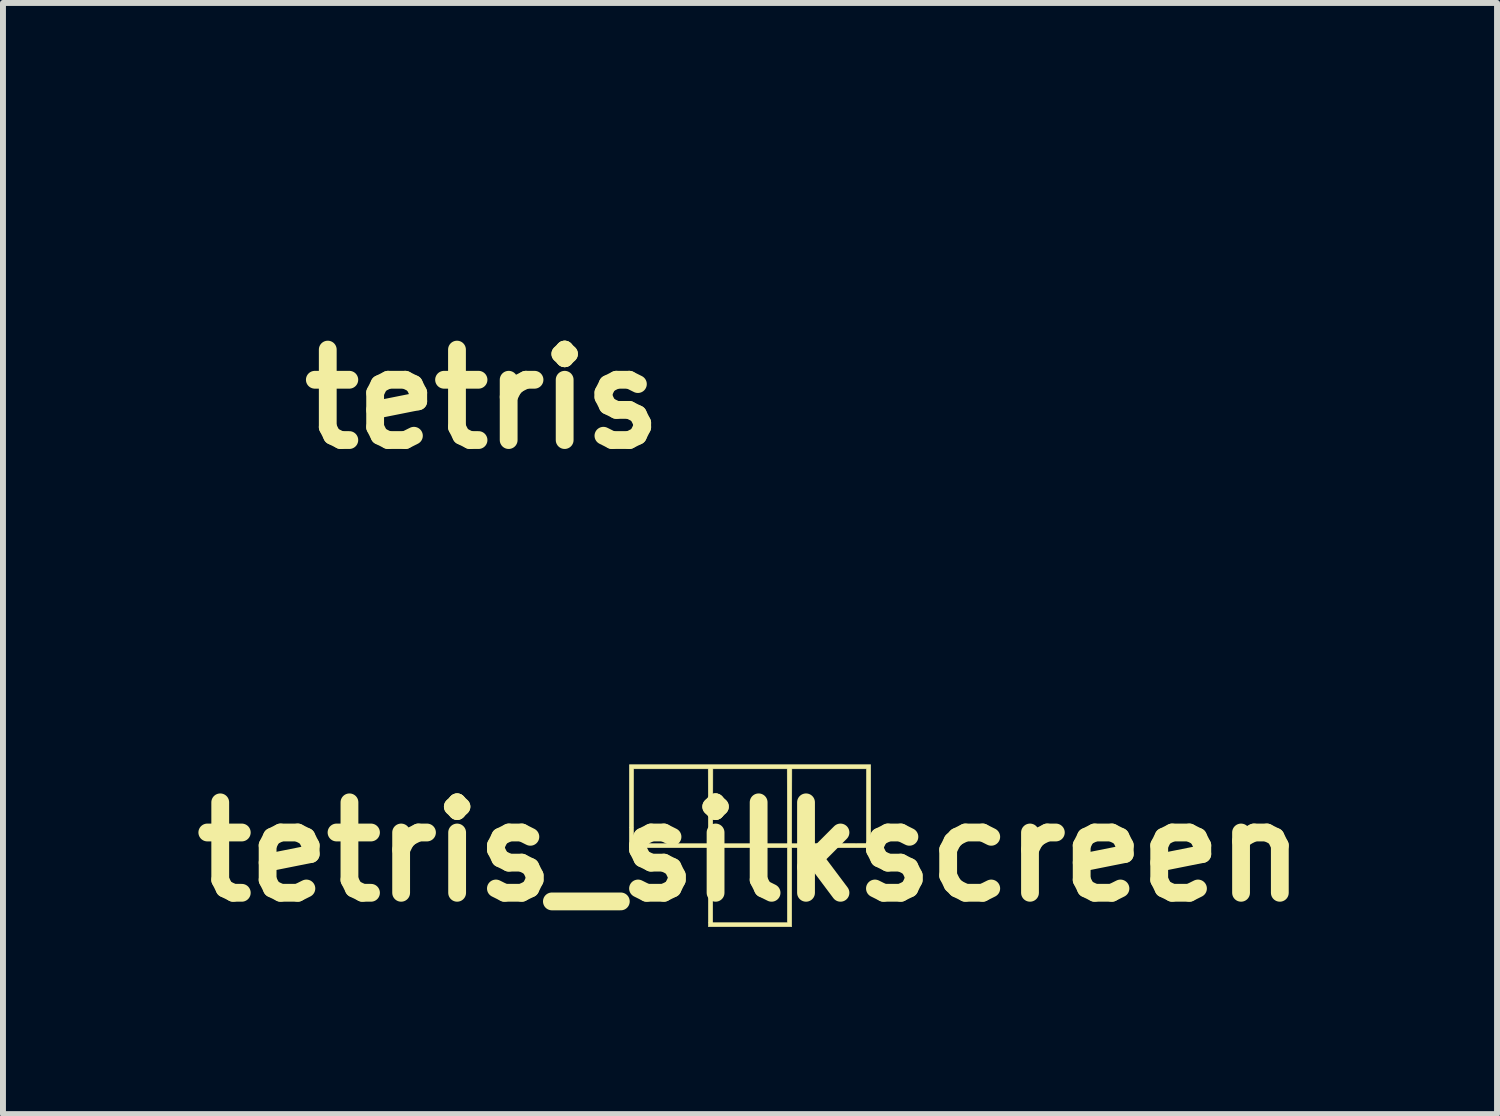
<source format=kicad_pcb>
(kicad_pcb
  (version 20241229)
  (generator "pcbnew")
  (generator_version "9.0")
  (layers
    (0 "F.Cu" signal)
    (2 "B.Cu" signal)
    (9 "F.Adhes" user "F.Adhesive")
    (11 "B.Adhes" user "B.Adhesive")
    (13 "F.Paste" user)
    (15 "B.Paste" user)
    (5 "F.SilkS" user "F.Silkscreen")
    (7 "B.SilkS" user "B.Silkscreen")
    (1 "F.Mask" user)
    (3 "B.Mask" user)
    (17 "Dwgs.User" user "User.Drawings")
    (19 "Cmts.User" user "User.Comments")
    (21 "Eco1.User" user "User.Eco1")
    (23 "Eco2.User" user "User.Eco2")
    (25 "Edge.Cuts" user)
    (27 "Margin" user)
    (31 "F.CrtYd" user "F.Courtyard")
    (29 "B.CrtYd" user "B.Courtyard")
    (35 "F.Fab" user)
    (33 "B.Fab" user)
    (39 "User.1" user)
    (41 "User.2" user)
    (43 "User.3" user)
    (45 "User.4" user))
  (footprint "tetris_silkscreen"
    (layer "F.Cu")
    (at 9.587 11.303)
    (property "Reference" "tetris_silkscreen" (at 0 0 0) (layer "F.SilkS") (effects (font (size 1.524 1.524) (thickness 0.3))))
    (attr through_hole)
    (fp_poly (pts (xy 2.032 -0.071) (xy 0.701 -0.071) (xy 0.701 1.26) (xy -0.701 1.26) (xy -0.701 -0.071) (xy -0.63 -0.071) (xy -0.63 1.194) (xy 0.63 1.194) (xy 0.63 -0.071) (xy -0.63 -0.071) (xy -0.701 -0.071) (xy -2.032 -0.071) (xy -2.032 -0.137) (xy 0.701 -0.137) (xy 1.332 -0.138) (xy 1.963 -0.14) (xy 1.963 -1.4) (xy 0.704 -1.4) (xy 0.702 -0.768) (xy 0.701 -0.137) (xy -2.032 -0.137) (xy -2.032 -0.478) (xy -1.965 -0.478) (xy -1.965 -0.414) (xy -1.965 -0.355) (xy -1.965 -0.302) (xy -1.965 -0.256) (xy -1.965 -0.217) (xy -1.964 -0.185) (xy -1.964 -0.162) (xy -1.964 -0.148) (xy -1.964 -0.144) (xy -1.961 -0.143) (xy -1.955 -0.142) (xy -1.944 -0.141) (xy -1.929 -0.14) (xy -1.908 -0.14) (xy -1.881 -0.139) (xy -1.848 -0.139) (xy -1.808 -0.138) (xy -1.761 -0.138) (xy -1.707 -0.138) (xy -1.644 -0.137) (xy -1.573 -0.137) (xy -1.493 -0.137) (xy -1.404 -0.137) (xy -1.331 -0.137) (xy -0.701 -0.137) (xy -0.63 -0.137) (xy 0.63 -0.137) (xy 0.629 -0.768) (xy 0.627 -1.4) (xy -0.627 -1.4) (xy -0.63 -0.137) (xy -0.701 -0.137) (xy -0.702 -0.768) (xy -0.704 -1.4) (xy -1.963 -1.4) (xy -1.965 -0.775) (xy -1.965 -0.696) (xy -1.965 -0.62) (xy -1.965 -0.547) (xy -1.965 -0.478) (xy -2.032 -0.478) (xy -2.032 -1.468) (xy 2.032 -1.468) (xy 2.032 -0.071)) (stroke (width 0.01) (type solid)) (fill yes) (layer "F.SilkS")))
  (footprint "tetris"
    (layer "F.Cu")
    (at 5.085 3.675)
    (property "Reference" "tetris" (at 0 0 0) (layer "F.SilkS") (effects (font (size 1.524 1.524) (thickness 0.3))))
    (attr through_hole)
    (fp_poly (pts (xy 5.08 -0.178) (xy 1.753 -0.178) (xy 1.753 3.15) (xy -1.753 3.15) (xy -1.753 -0.178) (xy -1.575 -0.178) (xy -1.575 2.985) (xy 1.575 2.985) (xy 1.575 -0.178) (xy -1.575 -0.178) (xy -1.753 -0.178) (xy -5.08 -0.178) (xy -5.08 -0.343) (xy 1.752 -0.343) (xy 3.331 -0.346) (xy 4.909 -0.349) (xy 4.909 -3.499) (xy 1.759 -3.499) (xy 1.756 -1.921) (xy 1.752 -0.343) (xy -5.08 -0.343) (xy -5.08 -1.196) (xy -4.913 -1.196) (xy -4.913 -1.035) (xy -4.912 -0.888) (xy -4.912 -0.756) (xy -4.912 -0.64) (xy -4.911 -0.542) (xy -4.911 -0.463) (xy -4.91 -0.405) (xy -4.91 -0.37) (xy -4.909 -0.359) (xy -4.903 -0.356) (xy -4.888 -0.354) (xy -4.861 -0.352) (xy -4.822 -0.35) (xy -4.769 -0.349) (xy -4.702 -0.348) (xy -4.62 -0.346) (xy -4.52 -0.346) (xy -4.403 -0.345) (xy -4.267 -0.344) (xy -4.111 -0.344) (xy -3.933 -0.343) (xy -3.734 -0.343) (xy -3.51 -0.343) (xy -3.328 -0.343) (xy -1.753 -0.343) (xy -1.575 -0.343) (xy 1.575 -0.343) (xy 1.572 -1.921) (xy 1.568 -3.499) (xy -1.568 -3.499) (xy -1.575 -0.343) (xy -1.753 -0.343) (xy -1.756 -1.921) (xy -1.759 -3.499) (xy -4.909 -3.499) (xy -4.912 -1.937) (xy -4.912 -1.739) (xy -4.912 -1.549) (xy -4.913 -1.367) (xy -4.913 -1.196) (xy -5.08 -1.196) (xy -5.08 -3.67) (xy 5.08 -3.67) (xy 5.08 -0.178)) (stroke (width 0.01) (type solid)) (fill no) (layer "Eco2.User")))
  (gr_rect
    (start -3 -3)
    (end 22.173 15.721)
    (stroke (width 0.1) (type default))
    (fill no)
    (layer "Edge.Cuts")))
</source>
